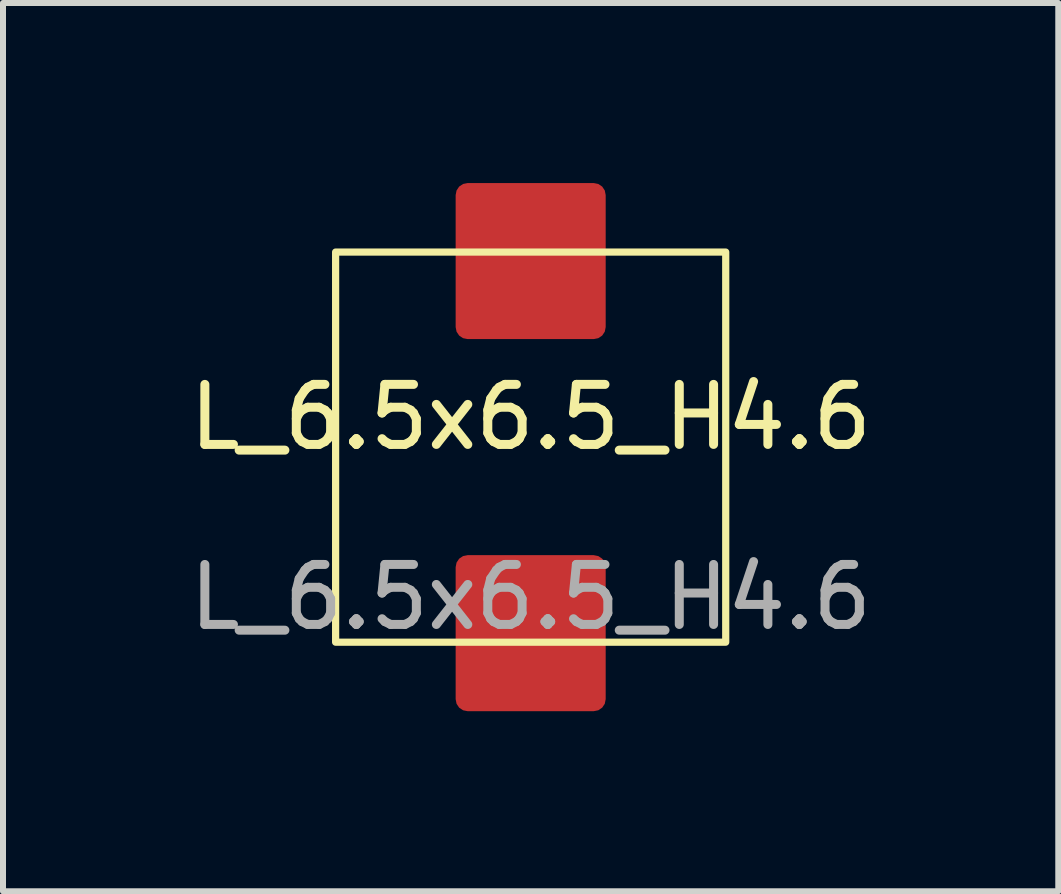
<source format=kicad_pcb>
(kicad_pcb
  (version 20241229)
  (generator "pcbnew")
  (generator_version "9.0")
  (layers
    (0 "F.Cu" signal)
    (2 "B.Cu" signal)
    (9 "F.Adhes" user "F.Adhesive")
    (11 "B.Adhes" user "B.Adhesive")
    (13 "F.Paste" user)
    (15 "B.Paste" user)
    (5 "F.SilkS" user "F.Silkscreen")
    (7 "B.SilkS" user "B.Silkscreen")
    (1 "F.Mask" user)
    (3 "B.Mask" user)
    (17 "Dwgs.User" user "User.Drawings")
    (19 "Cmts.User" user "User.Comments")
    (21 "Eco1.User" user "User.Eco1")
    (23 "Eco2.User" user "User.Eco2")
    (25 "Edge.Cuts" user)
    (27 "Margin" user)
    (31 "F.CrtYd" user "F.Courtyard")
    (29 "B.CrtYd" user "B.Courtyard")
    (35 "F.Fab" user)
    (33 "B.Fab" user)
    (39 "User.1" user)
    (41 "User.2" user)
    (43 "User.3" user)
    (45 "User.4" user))
  (footprint "L_6.5x6.5_H4.6"
    (layer "F.Cu")
    (at 5.792 4.4)
    (property "Reference" "L_6.5x6.5_H4.6" (at 0 -0.5 0) (unlocked yes) (layer "F.SilkS") (effects (font (size 1 1) (thickness 0.15))))
    (attr smd)
    (fp_rect (start -3.25 -3.25) (end 3.25 3.25) (stroke (width 0.12) (type default)) (fill no) (layer "F.SilkS"))
    (fp_text user "${REFERENCE}" (at 0 2.5 0) (unlocked yes) (layer "F.Fab") (effects (font (size 1 1) (thickness 0.15))))
    (pad "1" smd roundrect (at 0 3.1) (size 2.5 2.6) (layers "F.Cu" "F.Mask" "F.Paste") (roundrect_rratio 0.08))
    (pad "2" smd roundrect (at 0 -3.1) (size 2.5 2.6) (layers "F.Cu" "F.Mask" "F.Paste") (roundrect_rratio 0.08)))
  (gr_rect
    (start -3 -3)
    (end 14.583 11.8)
    (stroke (width 0.1) (type default))
    (fill no)
    (layer "Edge.Cuts")))
</source>
